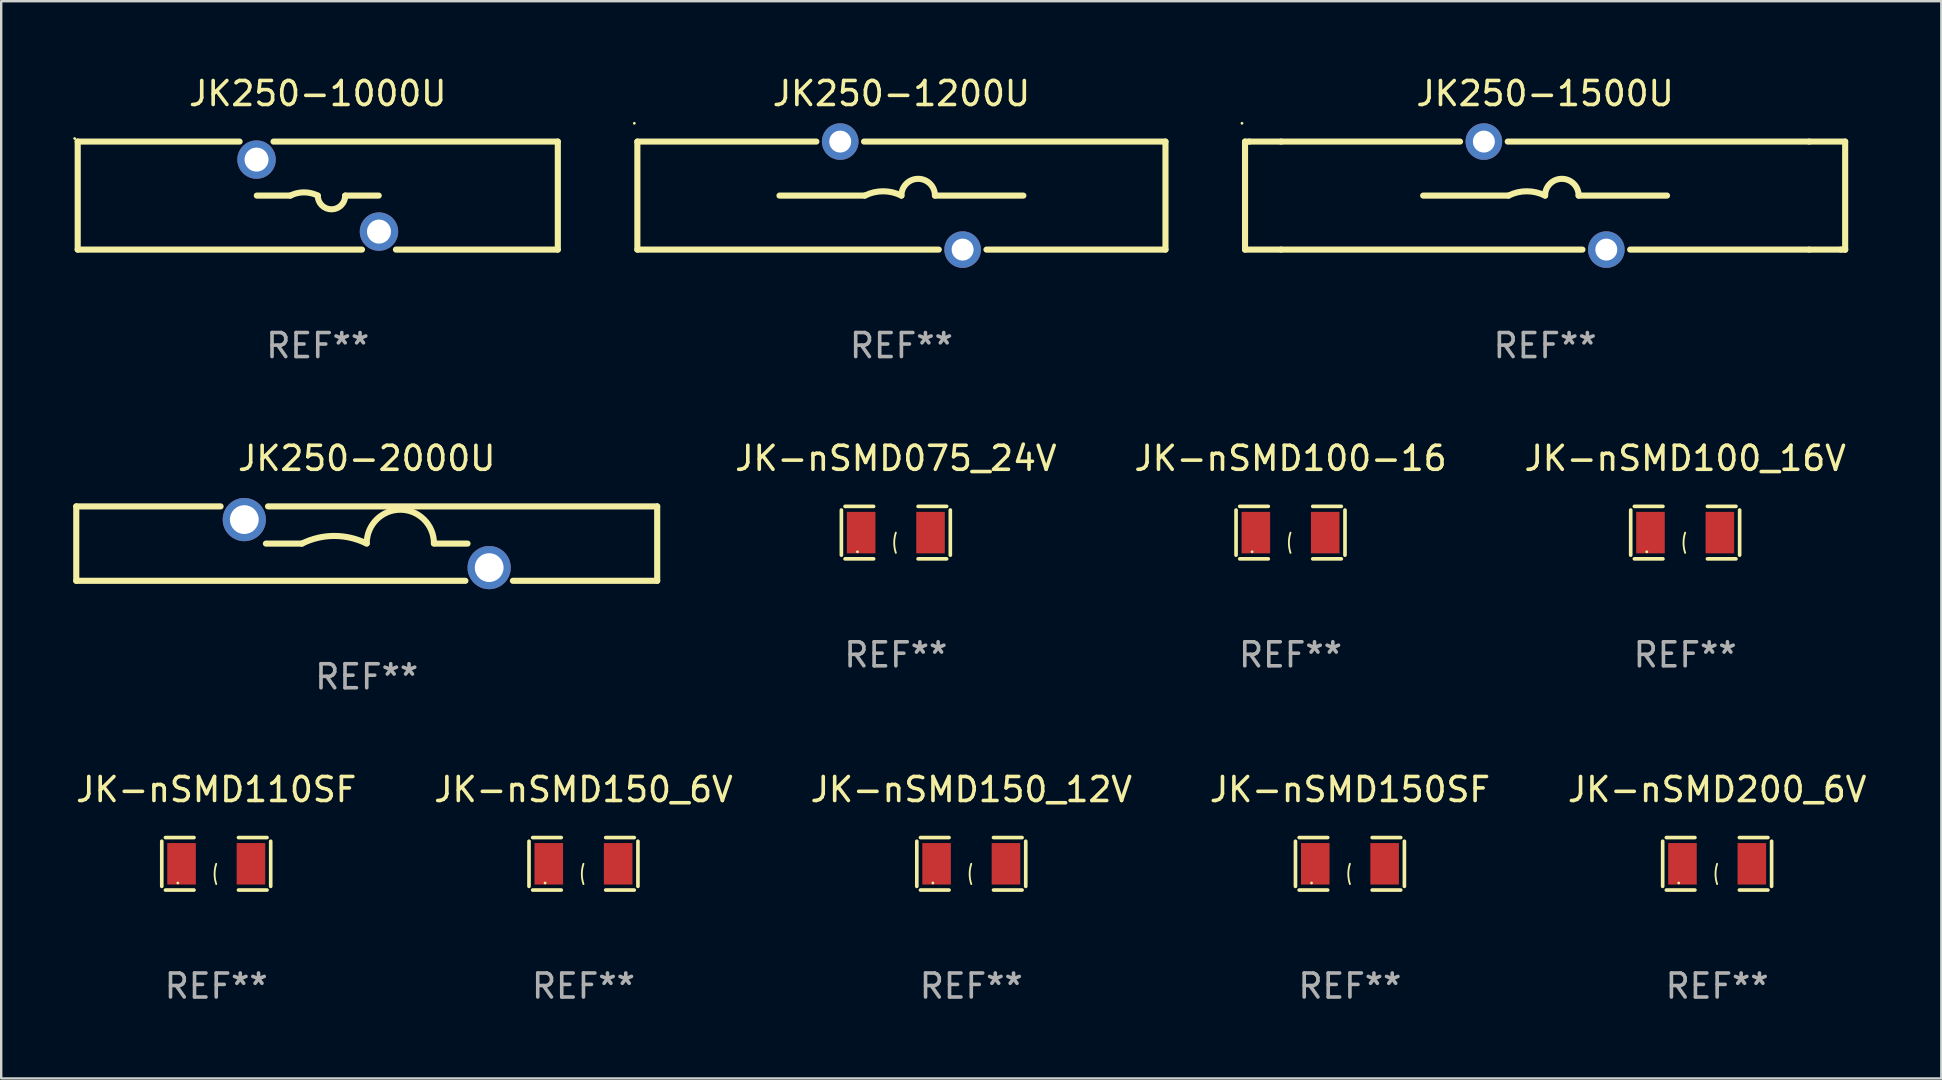
<source format=kicad_pcb>
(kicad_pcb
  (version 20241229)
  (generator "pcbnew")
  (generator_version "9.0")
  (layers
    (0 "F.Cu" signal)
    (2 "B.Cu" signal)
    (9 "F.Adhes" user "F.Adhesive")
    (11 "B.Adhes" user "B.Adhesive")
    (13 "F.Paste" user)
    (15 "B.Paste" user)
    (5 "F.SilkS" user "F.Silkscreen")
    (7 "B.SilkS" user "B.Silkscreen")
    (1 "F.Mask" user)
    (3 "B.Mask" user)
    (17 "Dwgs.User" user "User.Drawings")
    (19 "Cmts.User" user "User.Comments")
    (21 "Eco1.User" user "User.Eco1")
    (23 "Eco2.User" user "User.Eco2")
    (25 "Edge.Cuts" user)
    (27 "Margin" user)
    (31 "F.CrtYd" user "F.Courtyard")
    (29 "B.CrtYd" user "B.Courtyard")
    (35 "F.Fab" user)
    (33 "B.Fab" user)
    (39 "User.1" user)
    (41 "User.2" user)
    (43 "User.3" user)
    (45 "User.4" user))
  (footprint "JK-nSMD100-16"
    (layer "F.Cu")
    (at 50.71 19.137)
    (property "Reference" "JK-nSMD100-16" (at 0 -3.093 0) (layer "F.SilkS") (effects (font (size 1 1) (thickness 0.15))))
    (attr through_hole)
    (fp_line (start -2.269 -0.94) (end -2.269 0.94) (stroke (width 0.152) (type solid)) (layer "F.SilkS"))
    (fp_line (start -2.116 1.093) (end -0.926 1.093) (stroke (width 0.152) (type solid)) (layer "F.SilkS"))
    (fp_line (start -0.926 -1.093) (end -2.116 -1.093) (stroke (width 0.152) (type solid)) (layer "F.SilkS"))
    (fp_line (start 0.926 -1.093) (end 2.116 -1.093) (stroke (width 0.152) (type solid)) (layer "F.SilkS"))
    (fp_line (start 2.116 1.093) (end 0.926 1.093) (stroke (width 0.152) (type solid)) (layer "F.SilkS"))
    (fp_line (start 2.269 -0.94) (end 2.269 0.94) (stroke (width 0.152) (type solid)) (layer "F.SilkS"))
    (fp_arc (start 0 0.844951) (mid -0.068559 0.422475) (end 0 0) (stroke (width 0.0762) (type solid)) (layer "F.SilkS"))
    (fp_circle (center -1.6 0.8) (end -1.57 0.8) (stroke (width 0.06) (type solid)) (fill no) (layer "F.SilkS"))
    (fp_text user "REF**" (at 0 5.093 0) (layer "F.Fab") (effects (font (size 1 1) (thickness 0.15))))
    (pad "1" smd rect (at -1.445 0) (size 1.19 1.728) (layers "F.Cu" "F.Mask" "F.Paste"))
    (pad "2" smd rect (at 1.445 0) (size 1.19 1.728) (layers "F.Cu" "F.Mask" "F.Paste")))
  (footprint "JK-nSMD150SF"
    (layer "F.Cu")
    (at 53.185 32.934)
    (property "Reference" "JK-nSMD150SF" (at 0 -3.093 0) (layer "F.SilkS") (effects (font (size 1 1) (thickness 0.15))))
    (attr through_hole)
    (fp_line (start -2.269 -0.94) (end -2.269 0.94) (stroke (width 0.152) (type solid)) (layer "F.SilkS"))
    (fp_line (start -2.116 1.093) (end -0.926 1.093) (stroke (width 0.152) (type solid)) (layer "F.SilkS"))
    (fp_line (start -0.926 -1.093) (end -2.116 -1.093) (stroke (width 0.152) (type solid)) (layer "F.SilkS"))
    (fp_line (start 0.926 -1.093) (end 2.116 -1.093) (stroke (width 0.152) (type solid)) (layer "F.SilkS"))
    (fp_line (start 2.116 1.093) (end 0.926 1.093) (stroke (width 0.152) (type solid)) (layer "F.SilkS"))
    (fp_line (start 2.269 -0.94) (end 2.269 0.94) (stroke (width 0.152) (type solid)) (layer "F.SilkS"))
    (fp_arc (start 0 0.844951) (mid -0.068559 0.422475) (end 0 0) (stroke (width 0.0762) (type solid)) (layer "F.SilkS"))
    (fp_circle (center -1.6 0.8) (end -1.57 0.8) (stroke (width 0.06) (type solid)) (fill no) (layer "F.SilkS"))
    (fp_text user "REF**" (at 0 5.093 0) (layer "F.Fab") (effects (font (size 1 1) (thickness 0.15))))
    (pad "1" smd rect (at -1.445 0) (size 1.19 1.728) (layers "F.Cu" "F.Mask" "F.Paste"))
    (pad "2" smd rect (at 1.445 0) (size 1.19 1.728) (layers "F.Cu" "F.Mask" "F.Paste")))
  (footprint "JK-nSMD075_24V"
    (layer "F.Cu")
    (at 34.269 19.137)
    (property "Reference" "JK-nSMD075_24V" (at 0 -3.093 0) (layer "F.SilkS") (effects (font (size 1 1) (thickness 0.15))))
    (attr through_hole)
    (fp_line (start -2.269 -0.94) (end -2.269 0.94) (stroke (width 0.152) (type solid)) (layer "F.SilkS"))
    (fp_line (start -2.116 1.093) (end -0.926 1.093) (stroke (width 0.152) (type solid)) (layer "F.SilkS"))
    (fp_line (start -0.926 -1.093) (end -2.116 -1.093) (stroke (width 0.152) (type solid)) (layer "F.SilkS"))
    (fp_line (start 0.926 -1.093) (end 2.116 -1.093) (stroke (width 0.152) (type solid)) (layer "F.SilkS"))
    (fp_line (start 2.116 1.093) (end 0.926 1.093) (stroke (width 0.152) (type solid)) (layer "F.SilkS"))
    (fp_line (start 2.269 -0.94) (end 2.269 0.94) (stroke (width 0.152) (type solid)) (layer "F.SilkS"))
    (fp_arc (start 0 0.844951) (mid -0.068559 0.422475) (end 0 0) (stroke (width 0.0762) (type solid)) (layer "F.SilkS"))
    (fp_circle (center -1.6 0.8) (end -1.57 0.8) (stroke (width 0.06) (type solid)) (fill no) (layer "F.SilkS"))
    (fp_text user "REF**" (at 0 5.093 0) (layer "F.Fab") (effects (font (size 1 1) (thickness 0.15))))
    (pad "1" smd rect (at -1.445 0) (size 1.19 1.728) (layers "F.Cu" "F.Mask" "F.Paste"))
    (pad "2" smd rect (at 1.445 0) (size 1.19 1.728) (layers "F.Cu" "F.Mask" "F.Paste")))
  (footprint "JK-nSMD100_16V"
    (layer "F.Cu")
    (at 67.15 19.137)
    (property "Reference" "JK-nSMD100_16V" (at 0 -3.093 0) (layer "F.SilkS") (effects (font (size 1 1) (thickness 0.15))))
    (attr through_hole)
    (fp_line (start -2.269 -0.94) (end -2.269 0.94) (stroke (width 0.152) (type solid)) (layer "F.SilkS"))
    (fp_line (start -2.116 1.093) (end -0.926 1.093) (stroke (width 0.152) (type solid)) (layer "F.SilkS"))
    (fp_line (start -0.926 -1.093) (end -2.116 -1.093) (stroke (width 0.152) (type solid)) (layer "F.SilkS"))
    (fp_line (start 0.926 -1.093) (end 2.116 -1.093) (stroke (width 0.152) (type solid)) (layer "F.SilkS"))
    (fp_line (start 2.116 1.093) (end 0.926 1.093) (stroke (width 0.152) (type solid)) (layer "F.SilkS"))
    (fp_line (start 2.269 -0.94) (end 2.269 0.94) (stroke (width 0.152) (type solid)) (layer "F.SilkS"))
    (fp_arc (start 0 0.844951) (mid -0.068559 0.422475) (end 0 0) (stroke (width 0.0762) (type solid)) (layer "F.SilkS"))
    (fp_circle (center -1.6 0.8) (end -1.57 0.8) (stroke (width 0.06) (type solid)) (fill no) (layer "F.SilkS"))
    (fp_text user "REF**" (at 0 5.093 0) (layer "F.Fab") (effects (font (size 1 1) (thickness 0.15))))
    (pad "1" smd rect (at -1.445 0) (size 1.19 1.728) (layers "F.Cu" "F.Mask" "F.Paste"))
    (pad "2" smd rect (at 1.445 0) (size 1.19 1.728) (layers "F.Cu" "F.Mask" "F.Paste")))
  (footprint "JK250-2000U"
    (layer "F.Cu")
    (at 12.227 19.595)
    (property "Reference" "JK250-2000U" (at 0 -3.55 0) (layer "F.SilkS") (effects (font (size 1 1) (thickness 0.15))))
    (attr through_hole)
    (fp_line (start -12.1 -1.55) (end -6.088 -1.55) (stroke (width 0.254) (type solid)) (layer "F.SilkS"))
    (fp_line (start -12.1 1.55) (end -12.1 -1.55) (stroke (width 0.254) (type solid)) (layer "F.SilkS"))
    (fp_line (start -4.112 -1.55) (end 12.1 -1.55) (stroke (width 0.254) (type solid)) (layer "F.SilkS"))
    (fp_line (start -2.7 -0.000013) (end -4.2 -0.000013) (stroke (width 0.254) (type solid)) (layer "F.SilkS"))
    (fp_line (start 2.8 -0.000013) (end 4.2 -0.000013) (stroke (width 0.254) (type solid)) (layer "F.SilkS"))
    (fp_line (start 4.112 1.55) (end -12.1 1.55) (stroke (width 0.254) (type solid)) (layer "F.SilkS"))
    (fp_line (start 12.1 -1.55) (end 12.1 1.55) (stroke (width 0.254) (type solid)) (layer "F.SilkS"))
    (fp_line (start 12.1 1.55) (end 6.088 1.55) (stroke (width 0.254) (type solid)) (layer "F.SilkS"))
    (fp_arc (start -2.700025 -0.000013) (mid -1.350012 -0.318707) (end 0.000001 -0.000012) (stroke (width 0.254001) (type solid)) (layer "F.SilkS"))
    (fp_arc (start 0 -0.012713) (mid 1.399543 -1.411748) (end 2.799086 -0.012713) (stroke (width 0.254001) (type solid)) (layer "F.SilkS"))
    (fp_circle (center -12.1 -1.55) (end -12.07 -1.55) (stroke (width 0.06) (type solid)) (fill no) (layer "F.SilkS"))
    (fp_text user "REF**" (at 0 5.55 0) (layer "F.Fab") (effects (font (size 1 1) (thickness 0.15))))
    (pad "1" thru_hole circle (at -5.1 -1) (size 1.8 1.8) (drill 1.2) (layers "*.Cu" "*.Mask"))
    (pad "2" thru_hole circle (at 5.1 1) (size 1.8 1.8) (drill 1.2) (layers "*.Cu" "*.Mask")))
  (footprint "JK-nSMD150_6V"
    (layer "F.Cu")
    (at 21.256 32.934)
    (property "Reference" "JK-nSMD150_6V" (at 0 -3.093 0) (layer "F.SilkS") (effects (font (size 1 1) (thickness 0.15))))
    (attr through_hole)
    (fp_line (start -2.269 -0.94) (end -2.269 0.94) (stroke (width 0.152) (type solid)) (layer "F.SilkS"))
    (fp_line (start -2.116 1.093) (end -0.926 1.093) (stroke (width 0.152) (type solid)) (layer "F.SilkS"))
    (fp_line (start -0.926 -1.093) (end -2.116 -1.093) (stroke (width 0.152) (type solid)) (layer "F.SilkS"))
    (fp_line (start 0.926 -1.093) (end 2.116 -1.093) (stroke (width 0.152) (type solid)) (layer "F.SilkS"))
    (fp_line (start 2.116 1.093) (end 0.926 1.093) (stroke (width 0.152) (type solid)) (layer "F.SilkS"))
    (fp_line (start 2.269 -0.94) (end 2.269 0.94) (stroke (width 0.152) (type solid)) (layer "F.SilkS"))
    (fp_arc (start 0 0.844951) (mid -0.068559 0.422475) (end 0 0) (stroke (width 0.0762) (type solid)) (layer "F.SilkS"))
    (fp_circle (center -1.6 0.8) (end -1.57 0.8) (stroke (width 0.06) (type solid)) (fill no) (layer "F.SilkS"))
    (fp_text user "REF**" (at 0 5.093 0) (layer "F.Fab") (effects (font (size 1 1) (thickness 0.15))))
    (pad "1" smd rect (at -1.445 0) (size 1.19 1.728) (layers "F.Cu" "F.Mask" "F.Paste"))
    (pad "2" smd rect (at 1.445 0) (size 1.19 1.728) (layers "F.Cu" "F.Mask" "F.Paste")))
  (footprint "JK-nSMD200_6V"
    (layer "F.Cu")
    (at 68.482 32.934)
    (property "Reference" "JK-nSMD200_6V" (at 0 -3.093 0) (layer "F.SilkS") (effects (font (size 1 1) (thickness 0.15))))
    (attr through_hole)
    (fp_line (start -2.269 -0.94) (end -2.269 0.94) (stroke (width 0.152) (type solid)) (layer "F.SilkS"))
    (fp_line (start -2.116 1.093) (end -0.926 1.093) (stroke (width 0.152) (type solid)) (layer "F.SilkS"))
    (fp_line (start -0.926 -1.093) (end -2.116 -1.093) (stroke (width 0.152) (type solid)) (layer "F.SilkS"))
    (fp_line (start 0.926 -1.093) (end 2.116 -1.093) (stroke (width 0.152) (type solid)) (layer "F.SilkS"))
    (fp_line (start 2.116 1.093) (end 0.926 1.093) (stroke (width 0.152) (type solid)) (layer "F.SilkS"))
    (fp_line (start 2.269 -0.94) (end 2.269 0.94) (stroke (width 0.152) (type solid)) (layer "F.SilkS"))
    (fp_arc (start 0 0.844951) (mid -0.068559 0.422475) (end 0 0) (stroke (width 0.0762) (type solid)) (layer "F.SilkS"))
    (fp_circle (center -1.6 0.8) (end -1.57 0.8) (stroke (width 0.06) (type solid)) (fill no) (layer "F.SilkS"))
    (fp_text user "REF**" (at 0 5.093 0) (layer "F.Fab") (effects (font (size 1 1) (thickness 0.15))))
    (pad "1" smd rect (at -1.445 0) (size 1.19 1.728) (layers "F.Cu" "F.Mask" "F.Paste"))
    (pad "2" smd rect (at 1.445 0) (size 1.19 1.728) (layers "F.Cu" "F.Mask" "F.Paste")))
  (footprint "JK-nSMD110SF"
    (layer "F.Cu")
    (at 5.958 32.934)
    (property "Reference" "JK-nSMD110SF" (at 0 -3.093 0) (layer "F.SilkS") (effects (font (size 1 1) (thickness 0.15))))
    (attr through_hole)
    (fp_line (start -2.269 -0.94) (end -2.269 0.94) (stroke (width 0.152) (type solid)) (layer "F.SilkS"))
    (fp_line (start -2.116 1.093) (end -0.926 1.093) (stroke (width 0.152) (type solid)) (layer "F.SilkS"))
    (fp_line (start -0.926 -1.093) (end -2.116 -1.093) (stroke (width 0.152) (type solid)) (layer "F.SilkS"))
    (fp_line (start 0.926 -1.093) (end 2.116 -1.093) (stroke (width 0.152) (type solid)) (layer "F.SilkS"))
    (fp_line (start 2.116 1.093) (end 0.926 1.093) (stroke (width 0.152) (type solid)) (layer "F.SilkS"))
    (fp_line (start 2.269 -0.94) (end 2.269 0.94) (stroke (width 0.152) (type solid)) (layer "F.SilkS"))
    (fp_arc (start 0 0.844951) (mid -0.068559 0.422475) (end 0 0) (stroke (width 0.0762) (type solid)) (layer "F.SilkS"))
    (fp_circle (center -1.6 0.8) (end -1.57 0.8) (stroke (width 0.06) (type solid)) (fill no) (layer "F.SilkS"))
    (fp_text user "REF**" (at 0 5.093 0) (layer "F.Fab") (effects (font (size 1 1) (thickness 0.15))))
    (pad "1" smd rect (at -1.445 0) (size 1.19 1.728) (layers "F.Cu" "F.Mask" "F.Paste"))
    (pad "2" smd rect (at 1.445 0) (size 1.19 1.728) (layers "F.Cu" "F.Mask" "F.Paste")))
  (footprint "JK250-1200U"
    (layer "F.Cu")
    (at 34.501 5.098)
    (property "Reference" "JK250-1200U" (at 0 -4.25 0) (layer "F.SilkS") (effects (font (size 1 1) (thickness 0.15))))
    (attr through_hole)
    (fp_line (start -11 -2.25) (end -3.543 -2.25) (stroke (width 0.254) (type solid)) (layer "F.SilkS"))
    (fp_line (start -11 2.25) (end -11 -2.25) (stroke (width 0.254) (type solid)) (layer "F.SilkS"))
    (fp_line (start -5.08 0) (end -1.524 0) (stroke (width 0.254) (type solid)) (layer "F.SilkS"))
    (fp_line (start -1.557 -2.25) (end 11 -2.25) (stroke (width 0.254) (type solid)) (layer "F.SilkS"))
    (fp_line (start 1.557 2.25) (end -11 2.25) (stroke (width 0.254) (type solid)) (layer "F.SilkS"))
    (fp_line (start 5.08 0) (end 1.397 0) (stroke (width 0.254) (type solid)) (layer "F.SilkS"))
    (fp_line (start 11 -2.25) (end 11 2.25) (stroke (width 0.254) (type solid)) (layer "F.SilkS"))
    (fp_line (start 11 2.25) (end 3.543 2.25) (stroke (width 0.254) (type solid)) (layer "F.SilkS"))
    (fp_arc (start -1.524003 0) (mid -0.762002 -0.179884) (end 0 0) (stroke (width 0.254001) (type solid)) (layer "F.SilkS"))
    (fp_arc (start -0.000001 0) (mid 0.698501 -0.698502) (end 1.397003 0) (stroke (width 0.254001) (type solid)) (layer "F.SilkS"))
    (fp_circle (center -11.127 -3.012) (end -11.097 -3.012) (stroke (width 0.06) (type solid)) (fill no) (layer "F.SilkS"))
    (fp_text user "REF**" (at 0 6.25 0) (layer "F.Fab") (effects (font (size 1 1) (thickness 0.15))))
    (pad "1" thru_hole circle (at -2.55 -2.25) (size 1.524 1.524) (drill 0.914) (layers "*.Cu" "*.Mask"))
    (pad "2" thru_hole circle (at 2.55 2.25) (size 1.524 1.524) (drill 0.914) (layers "*.Cu" "*.Mask")))
  (footprint "JK250-1000U"
    (layer "F.Cu")
    (at 10.187 5.098)
    (property "Reference" "JK250-1000U" (at 0 -4.25 0) (layer "F.SilkS") (effects (font (size 1 1) (thickness 0.15))))
    (attr through_hole)
    (fp_line (start -10 -2.25) (end -3.256 -2.25) (stroke (width 0.254) (type solid)) (layer "F.SilkS"))
    (fp_line (start -10 2.25) (end -10 -2.25) (stroke (width 0.254) (type solid)) (layer "F.SilkS"))
    (fp_line (start -10 2.25) (end 1.843 2.25) (stroke (width 0.254) (type solid)) (layer "F.SilkS"))
    (fp_line (start -2.54 -0.000025) (end -1.143 -0.000025) (stroke (width 0.254) (type solid)) (layer "F.SilkS"))
    (fp_line (start -1.843 -2.25) (end 10 -2.25) (stroke (width 0.254) (type solid)) (layer "F.SilkS"))
    (fp_line (start 2.54 -0.000025) (end 1.143 -0.000025) (stroke (width 0.254) (type solid)) (layer "F.SilkS"))
    (fp_line (start 3.256 2.25) (end 10 2.25) (stroke (width 0.254) (type solid)) (layer "F.SilkS"))
    (fp_line (start 10 -2.25) (end 10 2.25) (stroke (width 0.254) (type solid)) (layer "F.SilkS"))
    (fp_arc (start -1.143015 -0.000025) (mid -0.571514 -0.134938) (end -0.000013 -0.000025) (stroke (width 0.254001) (type solid)) (layer "F.SilkS"))
    (fp_arc (start 1.14299 -0.000025) (mid 0.571488 0.571096) (end 0.00024 -0.000279) (stroke (width 0.254001) (type solid)) (layer "F.SilkS"))
    (fp_circle (center -10.127 -2.377) (end -10.097 -2.377) (stroke (width 0.06) (type solid)) (fill no) (layer "F.SilkS"))
    (fp_text user "REF**" (at 0 6.25 0) (layer "F.Fab") (effects (font (size 1 1) (thickness 0.15))))
    (pad "1" thru_hole circle (at -2.55 -1.5) (size 1.6 1.6) (drill 1) (layers "*.Cu" "*.Mask"))
    (pad "2" thru_hole circle (at 2.55 1.5) (size 1.6 1.6) (drill 1) (layers "*.Cu" "*.Mask")))
  (footprint "JK-nSMD150_12V"
    (layer "F.Cu")
    (at 37.411 32.934)
    (property "Reference" "JK-nSMD150_12V" (at 0 -3.093 0) (layer "F.SilkS") (effects (font (size 1 1) (thickness 0.15))))
    (attr through_hole)
    (fp_line (start -2.269 -0.94) (end -2.269 0.94) (stroke (width 0.152) (type solid)) (layer "F.SilkS"))
    (fp_line (start -2.116 1.093) (end -0.926 1.093) (stroke (width 0.152) (type solid)) (layer "F.SilkS"))
    (fp_line (start -0.926 -1.093) (end -2.116 -1.093) (stroke (width 0.152) (type solid)) (layer "F.SilkS"))
    (fp_line (start 0.926 -1.093) (end 2.116 -1.093) (stroke (width 0.152) (type solid)) (layer "F.SilkS"))
    (fp_line (start 2.116 1.093) (end 0.926 1.093) (stroke (width 0.152) (type solid)) (layer "F.SilkS"))
    (fp_line (start 2.269 -0.94) (end 2.269 0.94) (stroke (width 0.152) (type solid)) (layer "F.SilkS"))
    (fp_arc (start 0 0.844951) (mid -0.068559 0.422475) (end 0 0) (stroke (width 0.0762) (type solid)) (layer "F.SilkS"))
    (fp_circle (center -1.6 0.8) (end -1.57 0.8) (stroke (width 0.06) (type solid)) (fill no) (layer "F.SilkS"))
    (fp_text user "REF**" (at 0 5.093 0) (layer "F.Fab") (effects (font (size 1 1) (thickness 0.15))))
    (pad "1" smd rect (at -1.445 0) (size 1.19 1.728) (layers "F.Cu" "F.Mask" "F.Paste"))
    (pad "2" smd rect (at 1.445 0) (size 1.19 1.728) (layers "F.Cu" "F.Mask" "F.Paste")))
  (footprint "JK250-1500U"
    (layer "F.Cu")
    (at 61.315 5.098)
    (property "Reference" "JK250-1500U" (at 0 -4.25 0) (layer "F.SilkS") (effects (font (size 1 1) (thickness 0.15))))
    (attr through_hole)
    (fp_line (start -12.5 2.25) (end -12.5 -2.25) (stroke (width 0.254) (type solid)) (layer "F.SilkS"))
    (fp_line (start -12.319 -2.25) (end -12.5 -2.25) (stroke (width 0.254) (type solid)) (layer "F.SilkS"))
    (fp_line (start -11 -2.25) (end -12.319 -2.25) (stroke (width 0.254) (type solid)) (layer "F.SilkS"))
    (fp_line (start -11 -2.25) (end -3.543 -2.25) (stroke (width 0.254) (type solid)) (layer "F.SilkS"))
    (fp_line (start -11 2.25) (end -12.5 2.25) (stroke (width 0.254) (type solid)) (layer "F.SilkS"))
    (fp_line (start -5.08 0) (end -1.524 0) (stroke (width 0.254) (type solid)) (layer "F.SilkS"))
    (fp_line (start -1.557 -2.25) (end 11 -2.25) (stroke (width 0.254) (type solid)) (layer "F.SilkS"))
    (fp_line (start 1.557 2.25) (end -11 2.25) (stroke (width 0.254) (type solid)) (layer "F.SilkS"))
    (fp_line (start 5.08 0) (end 1.397 0) (stroke (width 0.254) (type solid)) (layer "F.SilkS"))
    (fp_line (start 11 -2.25) (end 12.5 -2.25) (stroke (width 0.254) (type solid)) (layer "F.SilkS"))
    (fp_line (start 11 2.25) (end 3.543 2.25) (stroke (width 0.254) (type solid)) (layer "F.SilkS"))
    (fp_line (start 11 2.25) (end 12.319 2.25) (stroke (width 0.254) (type solid)) (layer "F.SilkS"))
    (fp_line (start 12.319 2.25) (end 12.5 2.25) (stroke (width 0.254) (type solid)) (layer "F.SilkS"))
    (fp_line (start 12.5 2.25) (end 12.5 2.25) (stroke (width 0.254) (type solid)) (layer "F.SilkS"))
    (fp_line (start 12.5 -2.25) (end 12.5 2.25) (stroke (width 0.254) (type solid)) (layer "F.SilkS"))
    (fp_arc (start -1.524003 0) (mid -0.762002 -0.179884) (end 0 0) (stroke (width 0.254001) (type solid)) (layer "F.SilkS"))
    (fp_arc (start -0.000001 0) (mid 0.698501 -0.698502) (end 1.397003 0) (stroke (width 0.254001) (type solid)) (layer "F.SilkS"))
    (fp_circle (center -12.627 -3.012) (end -12.597 -3.012) (stroke (width 0.06) (type solid)) (fill no) (layer "F.SilkS"))
    (fp_text user "REF**" (at 0 6.25 0) (layer "F.Fab") (effects (font (size 1 1) (thickness 0.15))))
    (pad "1" thru_hole circle (at -2.55 -2.25) (size 1.524 1.524) (drill 0.914) (layers "*.Cu" "*.Mask"))
    (pad "2" thru_hole circle (at 2.55 2.25) (size 1.524 1.524) (drill 0.914) (layers "*.Cu" "*.Mask")))
  (gr_rect
    (start -3 -3)
    (end 77.821 41.875)
    (stroke (width 0.1) (type default))
    (fill no)
    (layer "Edge.Cuts")))
</source>
